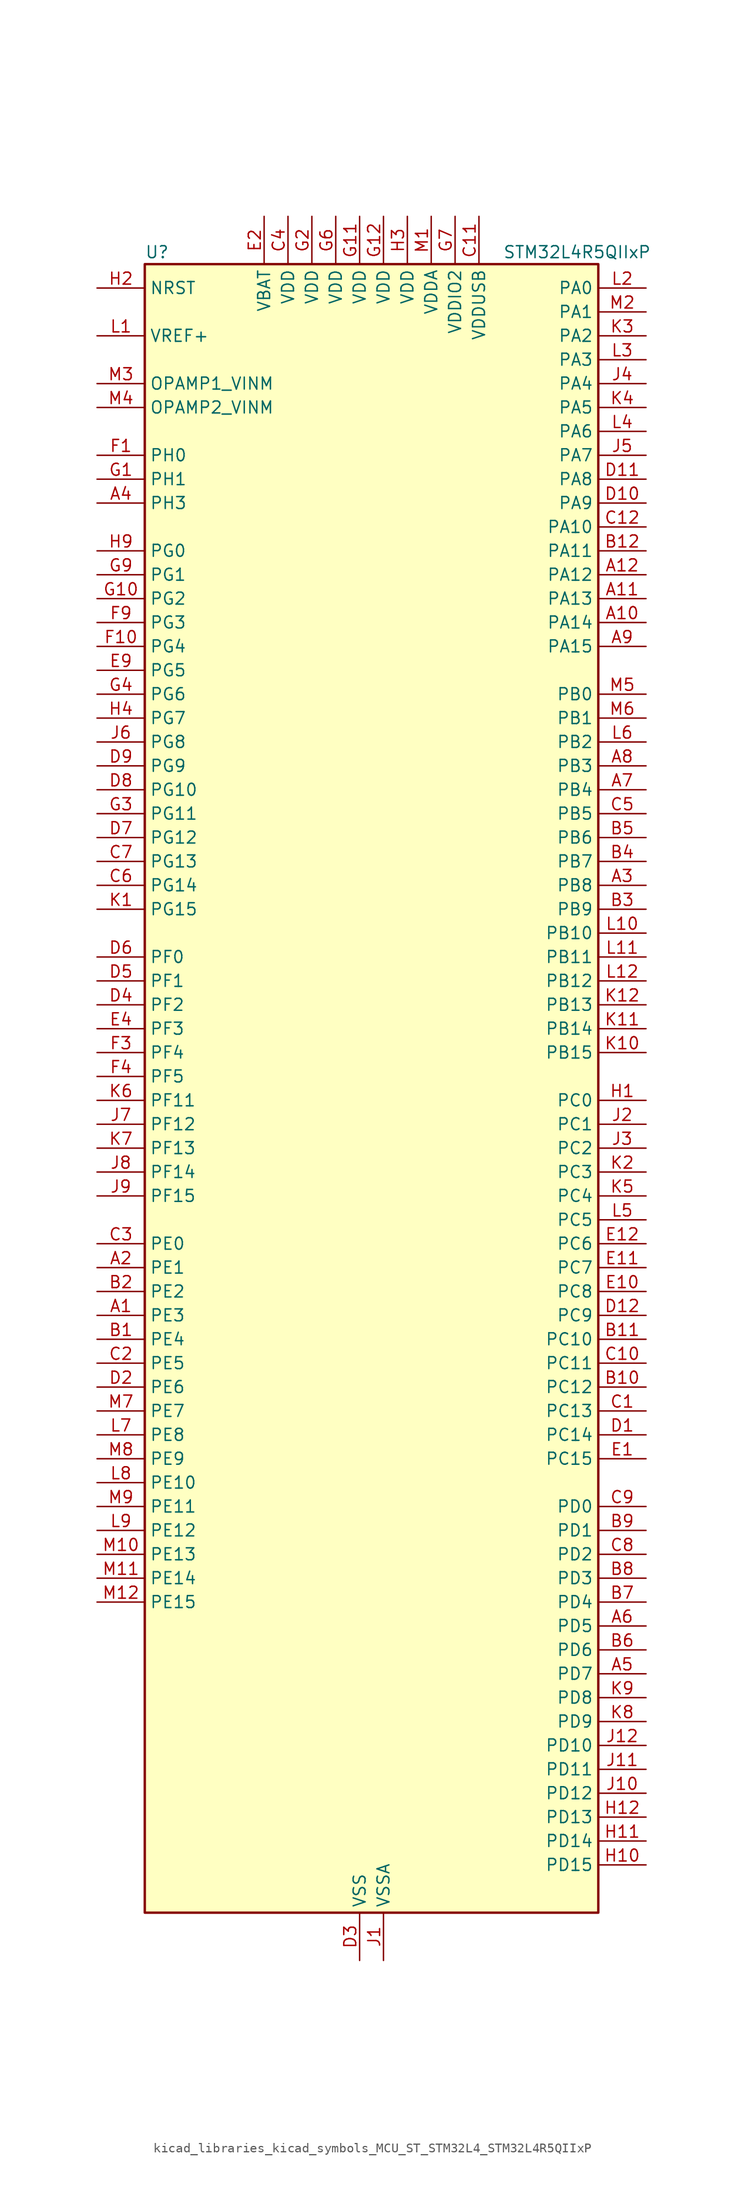
<source format=kicad_sym>
(kicad_symbol_lib
  (version 20220914)
  (generator kicad_symbol_editor)
  (symbol "kicad_libraries_kicad_symbols_MCU_ST_STM32L4_STM32L4R5QIIxP"
    (property "Reference" "U"
      (at -22.86 90.17 0)
      (effects (font (size 1.27 1.27)) (justify left)))
    (property "Value" "STM32L4R5QIIxP"
      (at 15.24 90.17 0)
      (effects (font (size 1.27 1.27)) (justify left)))
    (property "ki_locked" ""
      (at 0 0 0)
      (effects (font (size 1.27 1.27))))
    (symbol "kicad_libraries_kicad_symbols_MCU_ST_STM32L4_STM32L4R5QIIxP_0_1"
      (rectangle (start -22.86 -86.36) (end 25.4 88.9) (stroke (width 0.254) (type default)) (fill (type background))))
    (symbol "kicad_libraries_kicad_symbols_MCU_ST_STM32L4_STM32L4R5QIIxP_1_1"
      (pin bidirectional line (at -27.94 -22.86 0) (length 5.08) (name "PE3" (effects (font (size 1.27 1.27)))) (number "A1" (effects (font (size 1.27 1.27)))) (alternate "FMC_A19" bidirectional line) (alternate "OCTOSPIM_P1_DQS" bidirectional line) (alternate "SAI1_SD_B" bidirectional line) (alternate "SYS_TRACED0" bidirectional line) (alternate "TIM3_CH1" bidirectional line) (alternate "TSC_G7_IO2" bidirectional line))
      (pin bidirectional line (at 30.48 50.8 180) (length 5.08) (name "PA14" (effects (font (size 1.27 1.27)))) (number "A10" (effects (font (size 1.27 1.27)))) (alternate "I2C1_SMBA" bidirectional line) (alternate "I2C4_SMBA" bidirectional line) (alternate "LPTIM1_OUT" bidirectional line) (alternate "SAI1_FS_B" bidirectional line) (alternate "SYS_JTCK-SWCLK" bidirectional line) (alternate "USB_OTG_FS_SOF" bidirectional line))
      (pin bidirectional line (at 30.48 53.34 180) (length 5.08) (name "PA13" (effects (font (size 1.27 1.27)))) (number "A11" (effects (font (size 1.27 1.27)))) (alternate "IR_OUT" bidirectional line) (alternate "SAI1_SD_B" bidirectional line) (alternate "SYS_JTMS-SWDIO" bidirectional line) (alternate "USB_OTG_FS_NOE" bidirectional line))
      (pin bidirectional line (at 30.48 55.88 180) (length 5.08) (name "PA12" (effects (font (size 1.27 1.27)))) (number "A12" (effects (font (size 1.27 1.27)))) (alternate "CAN1_TX" bidirectional line) (alternate "SPI1_MOSI" bidirectional line) (alternate "TIM1_ETR" bidirectional line) (alternate "USART1_DE" bidirectional line) (alternate "USART1_RTS" bidirectional line) (alternate "USB_OTG_FS_DP" bidirectional line))
      (pin bidirectional line (at -27.94 -17.78 0) (length 5.08) (name "PE1" (effects (font (size 1.27 1.27)))) (number "A2" (effects (font (size 1.27 1.27)))) (alternate "DCMI_D3" bidirectional line) (alternate "FMC_NBL1" bidirectional line) (alternate "TIM17_CH1" bidirectional line))
      (pin bidirectional line (at 30.48 22.86 180) (length 5.08) (name "PB8" (effects (font (size 1.27 1.27)))) (number "A3" (effects (font (size 1.27 1.27)))) (alternate "CAN1_RX" bidirectional line) (alternate "DCMI_D6" bidirectional line) (alternate "DFSDM1_CKOUT" bidirectional line) (alternate "DFSDM1_DATIN6" bidirectional line) (alternate "I2C1_SCL" bidirectional line) (alternate "SAI1_CK1" bidirectional line) (alternate "SAI1_MCLK_A" bidirectional line) (alternate "SDMMC1_CKIN" bidirectional line) (alternate "SDMMC1_D4" bidirectional line) (alternate "TIM16_CH1" bidirectional line) (alternate "TIM4_CH3" bidirectional line))
      (pin bidirectional line (at -27.94 63.5 0) (length 5.08) (name "PH3" (effects (font (size 1.27 1.27)))) (number "A4" (effects (font (size 1.27 1.27)))))
      (pin bidirectional line (at 30.48 -60.96 180) (length 5.08) (name "PD7" (effects (font (size 1.27 1.27)))) (number "A5" (effects (font (size 1.27 1.27)))) (alternate "DFSDM1_CKIN1" bidirectional line) (alternate "FMC_NCE" bidirectional line) (alternate "FMC_NE1" bidirectional line) (alternate "OCTOSPIM_P1_IO7" bidirectional line) (alternate "USART2_CK" bidirectional line))
      (pin bidirectional line (at 30.48 -55.88 180) (length 5.08) (name "PD5" (effects (font (size 1.27 1.27)))) (number "A6" (effects (font (size 1.27 1.27)))) (alternate "FMC_NWE" bidirectional line) (alternate "OCTOSPIM_P1_IO5" bidirectional line) (alternate "USART2_TX" bidirectional line))
      (pin bidirectional line (at 30.48 33.02 180) (length 5.08) (name "PB4" (effects (font (size 1.27 1.27)))) (number "A7" (effects (font (size 1.27 1.27)))) (alternate "COMP2_INP" bidirectional line) (alternate "DCMI_D12" bidirectional line) (alternate "I2C3_SDA" bidirectional line) (alternate "SAI1_MCLK_B" bidirectional line) (alternate "SPI1_MISO" bidirectional line) (alternate "SPI3_MISO" bidirectional line) (alternate "SYS_JTRST" bidirectional line) (alternate "TIM17_BKIN" bidirectional line) (alternate "TIM3_CH1" bidirectional line) (alternate "TSC_G2_IO1" bidirectional line) (alternate "UART5_DE" bidirectional line) (alternate "UART5_RTS" bidirectional line) (alternate "USART1_CTS" bidirectional line) (alternate "USART1_NSS" bidirectional line))
      (pin bidirectional line (at 30.48 35.56 180) (length 5.08) (name "PB3" (effects (font (size 1.27 1.27)))) (number "A8" (effects (font (size 1.27 1.27)))) (alternate "COMP2_INM" bidirectional line) (alternate "CRS_SYNC" bidirectional line) (alternate "SAI1_SCK_B" bidirectional line) (alternate "SPI1_SCK" bidirectional line) (alternate "SPI3_SCK" bidirectional line) (alternate "SYS_JTDO-SWO" bidirectional line) (alternate "TIM2_CH2" bidirectional line) (alternate "USART1_DE" bidirectional line) (alternate "USART1_RTS" bidirectional line))
      (pin bidirectional line (at 30.48 48.26 180) (length 5.08) (name "PA15" (effects (font (size 1.27 1.27)))) (number "A9" (effects (font (size 1.27 1.27)))) (alternate "ADC1_EXTI15" bidirectional line) (alternate "SAI2_FS_B" bidirectional line) (alternate "SPI1_NSS" bidirectional line) (alternate "SPI3_NSS" bidirectional line) (alternate "SYS_JTDI" bidirectional line) (alternate "TIM2_CH1" bidirectional line) (alternate "TIM2_ETR" bidirectional line) (alternate "TSC_G3_IO1" bidirectional line) (alternate "UART4_DE" bidirectional line) (alternate "UART4_RTS" bidirectional line) (alternate "USART2_RX" bidirectional line) (alternate "USART3_DE" bidirectional line) (alternate "USART3_RTS" bidirectional line))
      (pin bidirectional line (at -27.94 -25.4 0) (length 5.08) (name "PE4" (effects (font (size 1.27 1.27)))) (number "B1" (effects (font (size 1.27 1.27)))) (alternate "DCMI_D4" bidirectional line) (alternate "DFSDM1_DATIN3" bidirectional line) (alternate "FMC_A20" bidirectional line) (alternate "SAI1_D2" bidirectional line) (alternate "SAI1_FS_A" bidirectional line) (alternate "SYS_TRACED1" bidirectional line) (alternate "TIM3_CH2" bidirectional line) (alternate "TSC_G7_IO3" bidirectional line))
      (pin bidirectional line (at 30.48 -30.48 180) (length 5.08) (name "PC12" (effects (font (size 1.27 1.27)))) (number "B10" (effects (font (size 1.27 1.27)))) (alternate "DCMI_D9" bidirectional line) (alternate "SAI2_SD_B" bidirectional line) (alternate "SDMMC1_CK" bidirectional line) (alternate "SPI3_MOSI" bidirectional line) (alternate "SYS_TRACED3" bidirectional line) (alternate "TSC_G3_IO4" bidirectional line) (alternate "UART5_TX" bidirectional line) (alternate "USART3_CK" bidirectional line))
      (pin bidirectional line (at 30.48 -25.4 180) (length 5.08) (name "PC10" (effects (font (size 1.27 1.27)))) (number "B11" (effects (font (size 1.27 1.27)))) (alternate "DCMI_D8" bidirectional line) (alternate "SAI2_SCK_B" bidirectional line) (alternate "SDMMC1_D2" bidirectional line) (alternate "SPI3_SCK" bidirectional line) (alternate "SYS_TRACED1" bidirectional line) (alternate "TSC_G3_IO2" bidirectional line) (alternate "UART4_TX" bidirectional line) (alternate "USART3_TX" bidirectional line))
      (pin bidirectional line (at 30.48 58.42 180) (length 5.08) (name "PA11" (effects (font (size 1.27 1.27)))) (number "B12" (effects (font (size 1.27 1.27)))) (alternate "ADC1_EXTI11" bidirectional line) (alternate "CAN1_RX" bidirectional line) (alternate "SPI1_MISO" bidirectional line) (alternate "TIM1_BKIN2" bidirectional line) (alternate "TIM1_CH4" bidirectional line) (alternate "USART1_CTS" bidirectional line) (alternate "USART1_NSS" bidirectional line) (alternate "USB_OTG_FS_DM" bidirectional line))
      (pin bidirectional line (at -27.94 -20.32 0) (length 5.08) (name "PE2" (effects (font (size 1.27 1.27)))) (number "B2" (effects (font (size 1.27 1.27)))) (alternate "FMC_A23" bidirectional line) (alternate "SAI1_CK1" bidirectional line) (alternate "SAI1_MCLK_A" bidirectional line) (alternate "SYS_TRACECLK" bidirectional line) (alternate "TIM3_ETR" bidirectional line) (alternate "TSC_G7_IO1" bidirectional line))
      (pin bidirectional line (at 30.48 20.32 180) (length 5.08) (name "PB9" (effects (font (size 1.27 1.27)))) (number "B3" (effects (font (size 1.27 1.27)))) (alternate "CAN1_TX" bidirectional line) (alternate "DAC1_EXTI9" bidirectional line) (alternate "DCMI_D7" bidirectional line) (alternate "DFSDM1_CKIN6" bidirectional line) (alternate "I2C1_SDA" bidirectional line) (alternate "IR_OUT" bidirectional line) (alternate "SAI1_D2" bidirectional line) (alternate "SAI1_FS_A" bidirectional line) (alternate "SDMMC1_CDIR" bidirectional line) (alternate "SDMMC1_D5" bidirectional line) (alternate "SPI2_NSS" bidirectional line) (alternate "TIM17_CH1" bidirectional line) (alternate "TIM4_CH4" bidirectional line))
      (pin bidirectional line (at 30.48 25.4 180) (length 5.08) (name "PB7" (effects (font (size 1.27 1.27)))) (number "B4" (effects (font (size 1.27 1.27)))) (alternate "COMP2_INM" bidirectional line) (alternate "DCMI_VSYNC" bidirectional line) (alternate "DFSDM1_CKIN5" bidirectional line) (alternate "FMC_NL" bidirectional line) (alternate "I2C1_SDA" bidirectional line) (alternate "I2C4_SDA" bidirectional line) (alternate "LPTIM1_IN2" bidirectional line) (alternate "SYS_PVD_IN" bidirectional line) (alternate "TIM17_CH1N" bidirectional line) (alternate "TIM4_CH2" bidirectional line) (alternate "TIM8_BKIN" bidirectional line) (alternate "TSC_G2_IO4" bidirectional line) (alternate "UART4_CTS" bidirectional line) (alternate "USART1_RX" bidirectional line))
      (pin bidirectional line (at 30.48 27.94 180) (length 5.08) (name "PB6" (effects (font (size 1.27 1.27)))) (number "B5" (effects (font (size 1.27 1.27)))) (alternate "COMP2_INP" bidirectional line) (alternate "DCMI_D5" bidirectional line) (alternate "DFSDM1_DATIN5" bidirectional line) (alternate "I2C1_SCL" bidirectional line) (alternate "I2C4_SCL" bidirectional line) (alternate "LPTIM1_ETR" bidirectional line) (alternate "SAI1_FS_B" bidirectional line) (alternate "TIM16_CH1N" bidirectional line) (alternate "TIM4_CH1" bidirectional line) (alternate "TIM8_BKIN2" bidirectional line) (alternate "TSC_G2_IO3" bidirectional line) (alternate "USART1_TX" bidirectional line))
      (pin bidirectional line (at 30.48 -58.42 180) (length 5.08) (name "PD6" (effects (font (size 1.27 1.27)))) (number "B6" (effects (font (size 1.27 1.27)))) (alternate "DCMI_D10" bidirectional line) (alternate "DFSDM1_DATIN1" bidirectional line) (alternate "FMC_NWAIT" bidirectional line) (alternate "OCTOSPIM_P1_IO6" bidirectional line) (alternate "SAI1_D1" bidirectional line) (alternate "SAI1_SD_A" bidirectional line) (alternate "SPI3_MOSI" bidirectional line) (alternate "USART2_RX" bidirectional line))
      (pin bidirectional line (at 30.48 -53.34 180) (length 5.08) (name "PD4" (effects (font (size 1.27 1.27)))) (number "B7" (effects (font (size 1.27 1.27)))) (alternate "DFSDM1_CKIN0" bidirectional line) (alternate "FMC_NOE" bidirectional line) (alternate "OCTOSPIM_P1_IO4" bidirectional line) (alternate "SPI2_MOSI" bidirectional line) (alternate "USART2_DE" bidirectional line) (alternate "USART2_RTS" bidirectional line))
      (pin bidirectional line (at 30.48 -50.8 180) (length 5.08) (name "PD3" (effects (font (size 1.27 1.27)))) (number "B8" (effects (font (size 1.27 1.27)))) (alternate "DCMI_D5" bidirectional line) (alternate "DFSDM1_DATIN0" bidirectional line) (alternate "FMC_CLK" bidirectional line) (alternate "OCTOSPIM_P2_NCS" bidirectional line) (alternate "SPI2_MISO" bidirectional line) (alternate "SPI2_SCK" bidirectional line) (alternate "USART2_CTS" bidirectional line) (alternate "USART2_NSS" bidirectional line))
      (pin bidirectional line (at 30.48 -45.72 180) (length 5.08) (name "PD1" (effects (font (size 1.27 1.27)))) (number "B9" (effects (font (size 1.27 1.27)))) (alternate "CAN1_TX" bidirectional line) (alternate "DFSDM1_CKIN7" bidirectional line) (alternate "FMC_D3" bidirectional line) (alternate "FMC_DA3" bidirectional line) (alternate "SPI2_SCK" bidirectional line))
      (pin bidirectional line (at 30.48 -33.02 180) (length 5.08) (name "PC13" (effects (font (size 1.27 1.27)))) (number "C1" (effects (font (size 1.27 1.27)))) (alternate "RTC_OUT_ALARM" bidirectional line) (alternate "RTC_OUT_CALIB" bidirectional line) (alternate "RTC_TAMP1" bidirectional line) (alternate "RTC_TS" bidirectional line) (alternate "SYS_WKUP2" bidirectional line))
      (pin bidirectional line (at 30.48 -27.94 180) (length 5.08) (name "PC11" (effects (font (size 1.27 1.27)))) (number "C10" (effects (font (size 1.27 1.27)))) (alternate "ADC1_EXTI11" bidirectional line) (alternate "DCMI_D2" bidirectional line) (alternate "DCMI_D4" bidirectional line) (alternate "OCTOSPIM_P1_NCS" bidirectional line) (alternate "SAI2_MCLK_B" bidirectional line) (alternate "SDMMC1_D3" bidirectional line) (alternate "SPI3_MISO" bidirectional line) (alternate "TSC_G3_IO3" bidirectional line) (alternate "UART4_RX" bidirectional line) (alternate "USART3_RX" bidirectional line))
      (pin power_in line (at 12.7 93.98 270) (length 5.08) (name "VDDUSB" (effects (font (size 1.27 1.27)))) (number "C11" (effects (font (size 1.27 1.27)))))
      (pin bidirectional line (at 30.48 60.96 180) (length 5.08) (name "PA10" (effects (font (size 1.27 1.27)))) (number "C12" (effects (font (size 1.27 1.27)))) (alternate "DCMI_D1" bidirectional line) (alternate "SAI1_D1" bidirectional line) (alternate "SAI1_SD_A" bidirectional line) (alternate "TIM17_BKIN" bidirectional line) (alternate "TIM1_CH3" bidirectional line) (alternate "USART1_RX" bidirectional line) (alternate "USB_OTG_FS_ID" bidirectional line))
      (pin bidirectional line (at -27.94 -27.94 0) (length 5.08) (name "PE5" (effects (font (size 1.27 1.27)))) (number "C2" (effects (font (size 1.27 1.27)))) (alternate "DCMI_D6" bidirectional line) (alternate "DFSDM1_CKIN3" bidirectional line) (alternate "FMC_A21" bidirectional line) (alternate "SAI1_CK2" bidirectional line) (alternate "SAI1_SCK_A" bidirectional line) (alternate "SYS_TRACED2" bidirectional line) (alternate "TIM3_CH3" bidirectional line) (alternate "TSC_G7_IO4" bidirectional line))
      (pin bidirectional line (at -27.94 -15.24 0) (length 5.08) (name "PE0" (effects (font (size 1.27 1.27)))) (number "C3" (effects (font (size 1.27 1.27)))) (alternate "DCMI_D2" bidirectional line) (alternate "FMC_NBL0" bidirectional line) (alternate "TIM16_CH1" bidirectional line) (alternate "TIM4_ETR" bidirectional line))
      (pin power_in line (at -7.62 93.98 270) (length 5.08) (name "VDD" (effects (font (size 1.27 1.27)))) (number "C4" (effects (font (size 1.27 1.27)))))
      (pin bidirectional line (at 30.48 30.48 180) (length 5.08) (name "PB5" (effects (font (size 1.27 1.27)))) (number "C5" (effects (font (size 1.27 1.27)))) (alternate "COMP2_OUT" bidirectional line) (alternate "DCMI_D10" bidirectional line) (alternate "I2C1_SMBA" bidirectional line) (alternate "LPTIM1_IN1" bidirectional line) (alternate "SAI1_SD_B" bidirectional line) (alternate "SPI1_MOSI" bidirectional line) (alternate "SPI3_MOSI" bidirectional line) (alternate "TIM16_BKIN" bidirectional line) (alternate "TIM3_CH2" bidirectional line) (alternate "TSC_G2_IO2" bidirectional line) (alternate "UART5_CTS" bidirectional line) (alternate "USART1_CK" bidirectional line))
      (pin bidirectional line (at -27.94 22.86 0) (length 5.08) (name "PG14" (effects (font (size 1.27 1.27)))) (number "C6" (effects (font (size 1.27 1.27)))) (alternate "FMC_A25" bidirectional line) (alternate "I2C1_SCL" bidirectional line))
      (pin bidirectional line (at -27.94 25.4 0) (length 5.08) (name "PG13" (effects (font (size 1.27 1.27)))) (number "C7" (effects (font (size 1.27 1.27)))) (alternate "FMC_A24" bidirectional line) (alternate "I2C1_SDA" bidirectional line) (alternate "USART1_CK" bidirectional line))
      (pin bidirectional line (at 30.48 -48.26 180) (length 5.08) (name "PD2" (effects (font (size 1.27 1.27)))) (number "C8" (effects (font (size 1.27 1.27)))) (alternate "DCMI_D11" bidirectional line) (alternate "SDMMC1_CMD" bidirectional line) (alternate "SYS_TRACED2" bidirectional line) (alternate "TIM3_ETR" bidirectional line) (alternate "TSC_SYNC" bidirectional line) (alternate "UART5_RX" bidirectional line) (alternate "USART3_DE" bidirectional line) (alternate "USART3_RTS" bidirectional line))
      (pin bidirectional line (at 30.48 -43.18 180) (length 5.08) (name "PD0" (effects (font (size 1.27 1.27)))) (number "C9" (effects (font (size 1.27 1.27)))) (alternate "CAN1_RX" bidirectional line) (alternate "DFSDM1_DATIN7" bidirectional line) (alternate "FMC_D2" bidirectional line) (alternate "FMC_DA2" bidirectional line) (alternate "SPI2_NSS" bidirectional line))
      (pin bidirectional line (at 30.48 -35.56 180) (length 5.08) (name "PC14" (effects (font (size 1.27 1.27)))) (number "D1" (effects (font (size 1.27 1.27)))) (alternate "RCC_OSC32_IN" bidirectional line))
      (pin bidirectional line (at 30.48 63.5 180) (length 5.08) (name "PA9" (effects (font (size 1.27 1.27)))) (number "D10" (effects (font (size 1.27 1.27)))) (alternate "DAC1_EXTI9" bidirectional line) (alternate "DCMI_D0" bidirectional line) (alternate "SAI1_FS_A" bidirectional line) (alternate "SPI2_SCK" bidirectional line) (alternate "TIM15_BKIN" bidirectional line) (alternate "TIM1_CH2" bidirectional line) (alternate "USART1_TX" bidirectional line) (alternate "USB_OTG_FS_VBUS" bidirectional line))
      (pin bidirectional line (at 30.48 66.04 180) (length 5.08) (name "PA8" (effects (font (size 1.27 1.27)))) (number "D11" (effects (font (size 1.27 1.27)))) (alternate "LPTIM2_OUT" bidirectional line) (alternate "RCC_MCO" bidirectional line) (alternate "SAI1_CK2" bidirectional line) (alternate "SAI1_SCK_A" bidirectional line) (alternate "TIM1_CH1" bidirectional line) (alternate "USART1_CK" bidirectional line) (alternate "USB_OTG_FS_SOF" bidirectional line))
      (pin bidirectional line (at 30.48 -22.86 180) (length 5.08) (name "PC9" (effects (font (size 1.27 1.27)))) (number "D12" (effects (font (size 1.27 1.27)))) (alternate "DAC1_EXTI9" bidirectional line) (alternate "DCMI_D3" bidirectional line) (alternate "I2C3_SDA" bidirectional line) (alternate "SAI2_EXTCLK" bidirectional line) (alternate "SDMMC1_D1" bidirectional line) (alternate "SYS_TRACED0" bidirectional line) (alternate "TIM3_CH4" bidirectional line) (alternate "TIM8_BKIN2" bidirectional line) (alternate "TIM8_CH4" bidirectional line) (alternate "TSC_G4_IO4" bidirectional line) (alternate "USB_OTG_FS_NOE" bidirectional line))
      (pin bidirectional line (at -27.94 -30.48 0) (length 5.08) (name "PE6" (effects (font (size 1.27 1.27)))) (number "D2" (effects (font (size 1.27 1.27)))) (alternate "DCMI_D7" bidirectional line) (alternate "FMC_A22" bidirectional line) (alternate "RTC_TAMP3" bidirectional line) (alternate "SAI1_D1" bidirectional line) (alternate "SAI1_SD_A" bidirectional line) (alternate "SYS_TRACED3" bidirectional line) (alternate "SYS_WKUP3" bidirectional line) (alternate "TIM3_CH4" bidirectional line))
      (pin power_in line (at 0 -91.44 90) (length 5.08) (name "VSS" (effects (font (size 1.27 1.27)))) (number "D3" (effects (font (size 1.27 1.27)))))
      (pin bidirectional line (at -27.94 10.16 0) (length 5.08) (name "PF2" (effects (font (size 1.27 1.27)))) (number "D4" (effects (font (size 1.27 1.27)))) (alternate "FMC_A2" bidirectional line) (alternate "I2C2_SMBA" bidirectional line) (alternate "OCTOSPIM_P2_IO2" bidirectional line))
      (pin bidirectional line (at -27.94 12.7 0) (length 5.08) (name "PF1" (effects (font (size 1.27 1.27)))) (number "D5" (effects (font (size 1.27 1.27)))) (alternate "FMC_A1" bidirectional line) (alternate "I2C2_SCL" bidirectional line) (alternate "OCTOSPIM_P2_IO1" bidirectional line))
      (pin bidirectional line (at -27.94 15.24 0) (length 5.08) (name "PF0" (effects (font (size 1.27 1.27)))) (number "D6" (effects (font (size 1.27 1.27)))) (alternate "FMC_A0" bidirectional line) (alternate "I2C2_SDA" bidirectional line) (alternate "OCTOSPIM_P2_IO0" bidirectional line))
      (pin bidirectional line (at -27.94 27.94 0) (length 5.08) (name "PG12" (effects (font (size 1.27 1.27)))) (number "D7" (effects (font (size 1.27 1.27)))) (alternate "FMC_NE4" bidirectional line) (alternate "LPTIM1_ETR" bidirectional line) (alternate "OCTOSPIM_P2_NCS" bidirectional line) (alternate "SAI2_SD_A" bidirectional line) (alternate "SPI3_NSS" bidirectional line) (alternate "USART1_DE" bidirectional line) (alternate "USART1_RTS" bidirectional line))
      (pin bidirectional line (at -27.94 33.02 0) (length 5.08) (name "PG10" (effects (font (size 1.27 1.27)))) (number "D8" (effects (font (size 1.27 1.27)))) (alternate "FMC_NE3" bidirectional line) (alternate "LPTIM1_IN1" bidirectional line) (alternate "OCTOSPIM_P2_IO7" bidirectional line) (alternate "SAI2_FS_A" bidirectional line) (alternate "SPI3_MISO" bidirectional line) (alternate "TIM15_CH1" bidirectional line) (alternate "USART1_RX" bidirectional line))
      (pin bidirectional line (at -27.94 35.56 0) (length 5.08) (name "PG9" (effects (font (size 1.27 1.27)))) (number "D9" (effects (font (size 1.27 1.27)))) (alternate "DAC1_EXTI9" bidirectional line) (alternate "FMC_NCE" bidirectional line) (alternate "FMC_NE2" bidirectional line) (alternate "OCTOSPIM_P2_IO6" bidirectional line) (alternate "SAI2_SCK_A" bidirectional line) (alternate "SPI3_SCK" bidirectional line) (alternate "TIM15_CH1N" bidirectional line) (alternate "USART1_TX" bidirectional line))
      (pin bidirectional line (at 30.48 -38.1 180) (length 5.08) (name "PC15" (effects (font (size 1.27 1.27)))) (number "E1" (effects (font (size 1.27 1.27)))) (alternate "ADC1_EXTI15" bidirectional line) (alternate "RCC_OSC32_OUT" bidirectional line))
      (pin bidirectional line (at 30.48 -20.32 180) (length 5.08) (name "PC8" (effects (font (size 1.27 1.27)))) (number "E10" (effects (font (size 1.27 1.27)))) (alternate "DCMI_D2" bidirectional line) (alternate "SDMMC1_D0" bidirectional line) (alternate "TIM3_CH3" bidirectional line) (alternate "TIM8_CH3" bidirectional line) (alternate "TSC_G4_IO3" bidirectional line))
      (pin bidirectional line (at 30.48 -17.78 180) (length 5.08) (name "PC7" (effects (font (size 1.27 1.27)))) (number "E11" (effects (font (size 1.27 1.27)))) (alternate "DCMI_D1" bidirectional line) (alternate "DFSDM1_DATIN3" bidirectional line) (alternate "SAI2_MCLK_B" bidirectional line) (alternate "SDMMC1_D123DIR" bidirectional line) (alternate "SDMMC1_D7" bidirectional line) (alternate "TIM3_CH2" bidirectional line) (alternate "TIM8_CH2" bidirectional line) (alternate "TSC_G4_IO2" bidirectional line))
      (pin bidirectional line (at 30.48 -15.24 180) (length 5.08) (name "PC6" (effects (font (size 1.27 1.27)))) (number "E12" (effects (font (size 1.27 1.27)))) (alternate "DCMI_D0" bidirectional line) (alternate "DFSDM1_CKIN3" bidirectional line) (alternate "SAI2_MCLK_A" bidirectional line) (alternate "SDMMC1_D0DIR" bidirectional line) (alternate "SDMMC1_D6" bidirectional line) (alternate "TIM3_CH1" bidirectional line) (alternate "TIM8_CH1" bidirectional line) (alternate "TSC_G4_IO1" bidirectional line))
      (pin power_in line (at -10.16 93.98 270) (length 5.08) (name "VBAT" (effects (font (size 1.27 1.27)))) (number "E2" (effects (font (size 1.27 1.27)))))
      (pin passive line (at 0 -91.44 90) (length 5.08) hide (name "VSS" (effects (font (size 1.27 1.27)))) (number "E3" (effects (font (size 1.27 1.27)))))
      (pin bidirectional line (at -27.94 7.62 0) (length 5.08) (name "PF3" (effects (font (size 1.27 1.27)))) (number "E4" (effects (font (size 1.27 1.27)))) (alternate "FMC_A3" bidirectional line) (alternate "OCTOSPIM_P2_IO3" bidirectional line))
      (pin bidirectional line (at -27.94 45.72 0) (length 5.08) (name "PG5" (effects (font (size 1.27 1.27)))) (number "E9" (effects (font (size 1.27 1.27)))) (alternate "FMC_A15" bidirectional line) (alternate "LPUART1_CTS" bidirectional line) (alternate "SAI2_SD_B" bidirectional line) (alternate "SPI1_NSS" bidirectional line))
      (pin bidirectional line (at -27.94 68.58 0) (length 5.08) (name "PH0" (effects (font (size 1.27 1.27)))) (number "F1" (effects (font (size 1.27 1.27)))) (alternate "RCC_OSC_IN" bidirectional line))
      (pin bidirectional line (at -27.94 48.26 0) (length 5.08) (name "PG4" (effects (font (size 1.27 1.27)))) (number "F10" (effects (font (size 1.27 1.27)))) (alternate "FMC_A14" bidirectional line) (alternate "SAI2_MCLK_B" bidirectional line) (alternate "SPI1_MOSI" bidirectional line))
      (pin passive line (at 0 -91.44 90) (length 5.08) hide (name "VSS" (effects (font (size 1.27 1.27)))) (number "F11" (effects (font (size 1.27 1.27)))))
      (pin passive line (at 0 -91.44 90) (length 5.08) hide (name "VSS" (effects (font (size 1.27 1.27)))) (number "F12" (effects (font (size 1.27 1.27)))))
      (pin passive line (at 0 -91.44 90) (length 5.08) hide (name "VSS" (effects (font (size 1.27 1.27)))) (number "F2" (effects (font (size 1.27 1.27)))))
      (pin bidirectional line (at -27.94 5.08 0) (length 5.08) (name "PF4" (effects (font (size 1.27 1.27)))) (number "F3" (effects (font (size 1.27 1.27)))) (alternate "FMC_A4" bidirectional line) (alternate "OCTOSPIM_P2_CLK" bidirectional line))
      (pin bidirectional line (at -27.94 2.54 0) (length 5.08) (name "PF5" (effects (font (size 1.27 1.27)))) (number "F4" (effects (font (size 1.27 1.27)))) (alternate "FMC_A5" bidirectional line))
      (pin passive line (at 0 -91.44 90) (length 5.08) hide (name "VSS" (effects (font (size 1.27 1.27)))) (number "F6" (effects (font (size 1.27 1.27)))))
      (pin passive line (at 0 -91.44 90) (length 5.08) hide (name "VSS" (effects (font (size 1.27 1.27)))) (number "F7" (effects (font (size 1.27 1.27)))))
      (pin bidirectional line (at -27.94 50.8 0) (length 5.08) (name "PG3" (effects (font (size 1.27 1.27)))) (number "F9" (effects (font (size 1.27 1.27)))) (alternate "FMC_A13" bidirectional line) (alternate "SAI2_FS_B" bidirectional line) (alternate "SPI1_MISO" bidirectional line))
      (pin bidirectional line (at -27.94 66.04 0) (length 5.08) (name "PH1" (effects (font (size 1.27 1.27)))) (number "G1" (effects (font (size 1.27 1.27)))) (alternate "RCC_OSC_OUT" bidirectional line))
      (pin bidirectional line (at -27.94 53.34 0) (length 5.08) (name "PG2" (effects (font (size 1.27 1.27)))) (number "G10" (effects (font (size 1.27 1.27)))) (alternate "FMC_A12" bidirectional line) (alternate "SAI2_SCK_B" bidirectional line) (alternate "SPI1_SCK" bidirectional line))
      (pin power_in line (at 0 93.98 270) (length 5.08) (name "VDD" (effects (font (size 1.27 1.27)))) (number "G11" (effects (font (size 1.27 1.27)))))
      (pin power_in line (at 2.54 93.98 270) (length 5.08) (name "VDD" (effects (font (size 1.27 1.27)))) (number "G12" (effects (font (size 1.27 1.27)))))
      (pin power_in line (at -5.08 93.98 270) (length 5.08) (name "VDD" (effects (font (size 1.27 1.27)))) (number "G2" (effects (font (size 1.27 1.27)))))
      (pin bidirectional line (at -27.94 30.48 0) (length 5.08) (name "PG11" (effects (font (size 1.27 1.27)))) (number "G3" (effects (font (size 1.27 1.27)))) (alternate "ADC1_EXTI11" bidirectional line) (alternate "LPTIM1_IN2" bidirectional line) (alternate "OCTOSPIM_P1_IO5" bidirectional line) (alternate "SAI2_MCLK_A" bidirectional line) (alternate "SPI3_MOSI" bidirectional line) (alternate "TIM15_CH2" bidirectional line) (alternate "USART1_CTS" bidirectional line) (alternate "USART1_NSS" bidirectional line))
      (pin bidirectional line (at -27.94 43.18 0) (length 5.08) (name "PG6" (effects (font (size 1.27 1.27)))) (number "G4" (effects (font (size 1.27 1.27)))) (alternate "I2C3_SMBA" bidirectional line) (alternate "LPUART1_DE" bidirectional line) (alternate "LPUART1_RTS" bidirectional line) (alternate "OCTOSPIM_P1_DQS" bidirectional line))
      (pin power_in line (at -2.54 93.98 270) (length 5.08) (name "VDD" (effects (font (size 1.27 1.27)))) (number "G6" (effects (font (size 1.27 1.27)))))
      (pin power_in line (at 10.16 93.98 270) (length 5.08) (name "VDDIO2" (effects (font (size 1.27 1.27)))) (number "G7" (effects (font (size 1.27 1.27)))))
      (pin bidirectional line (at -27.94 55.88 0) (length 5.08) (name "PG1" (effects (font (size 1.27 1.27)))) (number "G9" (effects (font (size 1.27 1.27)))) (alternate "FMC_A11" bidirectional line) (alternate "OCTOSPIM_P2_IO5" bidirectional line) (alternate "TSC_G8_IO4" bidirectional line))
      (pin bidirectional line (at 30.48 0 180) (length 5.08) (name "PC0" (effects (font (size 1.27 1.27)))) (number "H1" (effects (font (size 1.27 1.27)))) (alternate "ADC1_IN1" bidirectional line) (alternate "DFSDM1_DATIN4" bidirectional line) (alternate "I2C3_SCL" bidirectional line) (alternate "LPTIM1_IN1" bidirectional line) (alternate "LPTIM2_IN1" bidirectional line) (alternate "LPUART1_RX" bidirectional line) (alternate "SAI2_FS_A" bidirectional line))
      (pin bidirectional line (at 30.48 -81.28 180) (length 5.08) (name "PD15" (effects (font (size 1.27 1.27)))) (number "H10" (effects (font (size 1.27 1.27)))) (alternate "ADC1_EXTI15" bidirectional line) (alternate "FMC_D1" bidirectional line) (alternate "FMC_DA1" bidirectional line) (alternate "TIM4_CH4" bidirectional line))
      (pin bidirectional line (at 30.48 -78.74 180) (length 5.08) (name "PD14" (effects (font (size 1.27 1.27)))) (number "H11" (effects (font (size 1.27 1.27)))) (alternate "FMC_D0" bidirectional line) (alternate "FMC_DA0" bidirectional line) (alternate "TIM4_CH3" bidirectional line))
      (pin bidirectional line (at 30.48 -76.2 180) (length 5.08) (name "PD13" (effects (font (size 1.27 1.27)))) (number "H12" (effects (font (size 1.27 1.27)))) (alternate "FMC_A18" bidirectional line) (alternate "I2C4_SDA" bidirectional line) (alternate "LPTIM2_OUT" bidirectional line) (alternate "TIM4_CH2" bidirectional line) (alternate "TSC_G6_IO4" bidirectional line))
      (pin input line (at -27.94 86.36 0) (length 5.08) (name "NRST" (effects (font (size 1.27 1.27)))) (number "H2" (effects (font (size 1.27 1.27)))))
      (pin power_in line (at 5.08 93.98 270) (length 5.08) (name "VDD" (effects (font (size 1.27 1.27)))) (number "H3" (effects (font (size 1.27 1.27)))))
      (pin bidirectional line (at -27.94 40.64 0) (length 5.08) (name "PG7" (effects (font (size 1.27 1.27)))) (number "H4" (effects (font (size 1.27 1.27)))) (alternate "DFSDM1_CKOUT" bidirectional line) (alternate "FMC_INT" bidirectional line) (alternate "I2C3_SCL" bidirectional line) (alternate "LPUART1_TX" bidirectional line) (alternate "OCTOSPIM_P2_DQS" bidirectional line) (alternate "SAI1_CK1" bidirectional line) (alternate "SAI1_MCLK_A" bidirectional line))
      (pin bidirectional line (at -27.94 58.42 0) (length 5.08) (name "PG0" (effects (font (size 1.27 1.27)))) (number "H9" (effects (font (size 1.27 1.27)))) (alternate "FMC_A10" bidirectional line) (alternate "OCTOSPIM_P2_IO4" bidirectional line) (alternate "TSC_G8_IO3" bidirectional line))
      (pin power_in line (at 2.54 -91.44 90) (length 5.08) (name "VSSA" (effects (font (size 1.27 1.27)))) (number "J1" (effects (font (size 1.27 1.27)))))
      (pin bidirectional line (at 30.48 -73.66 180) (length 5.08) (name "PD12" (effects (font (size 1.27 1.27)))) (number "J10" (effects (font (size 1.27 1.27)))) (alternate "FMC_A17" bidirectional line) (alternate "FMC_ALE" bidirectional line) (alternate "I2C4_SCL" bidirectional line) (alternate "LPTIM2_IN1" bidirectional line) (alternate "SAI2_FS_A" bidirectional line) (alternate "TIM4_CH1" bidirectional line) (alternate "TSC_G6_IO3" bidirectional line) (alternate "USART3_DE" bidirectional line) (alternate "USART3_RTS" bidirectional line))
      (pin bidirectional line (at 30.48 -71.12 180) (length 5.08) (name "PD11" (effects (font (size 1.27 1.27)))) (number "J11" (effects (font (size 1.27 1.27)))) (alternate "ADC1_EXTI11" bidirectional line) (alternate "FMC_A16" bidirectional line) (alternate "FMC_CLE" bidirectional line) (alternate "I2C4_SMBA" bidirectional line) (alternate "LPTIM2_ETR" bidirectional line) (alternate "SAI2_SD_A" bidirectional line) (alternate "TSC_G6_IO2" bidirectional line) (alternate "USART3_CTS" bidirectional line) (alternate "USART3_NSS" bidirectional line))
      (pin bidirectional line (at 30.48 -68.58 180) (length 5.08) (name "PD10" (effects (font (size 1.27 1.27)))) (number "J12" (effects (font (size 1.27 1.27)))) (alternate "FMC_D15" bidirectional line) (alternate "FMC_DA15" bidirectional line) (alternate "SAI2_SCK_A" bidirectional line) (alternate "TSC_G6_IO1" bidirectional line) (alternate "USART3_CK" bidirectional line))
      (pin bidirectional line (at 30.48 -2.54 180) (length 5.08) (name "PC1" (effects (font (size 1.27 1.27)))) (number "J2" (effects (font (size 1.27 1.27)))) (alternate "ADC1_IN2" bidirectional line) (alternate "DFSDM1_CKIN4" bidirectional line) (alternate "I2C3_SDA" bidirectional line) (alternate "LPTIM1_OUT" bidirectional line) (alternate "LPUART1_TX" bidirectional line) (alternate "OCTOSPIM_P1_IO4" bidirectional line) (alternate "SAI1_SD_A" bidirectional line) (alternate "SPI2_MOSI" bidirectional line) (alternate "SYS_TRACED0" bidirectional line))
      (pin bidirectional line (at 30.48 -5.08 180) (length 5.08) (name "PC2" (effects (font (size 1.27 1.27)))) (number "J3" (effects (font (size 1.27 1.27)))) (alternate "ADC1_IN3" bidirectional line) (alternate "DFSDM1_CKOUT" bidirectional line) (alternate "LPTIM1_IN2" bidirectional line) (alternate "OCTOSPIM_P1_IO5" bidirectional line) (alternate "SPI2_MISO" bidirectional line))
      (pin bidirectional line (at 30.48 76.2 180) (length 5.08) (name "PA4" (effects (font (size 1.27 1.27)))) (number "J4" (effects (font (size 1.27 1.27)))) (alternate "ADC1_IN9" bidirectional line) (alternate "DAC1_OUT1" bidirectional line) (alternate "DCMI_HSYNC" bidirectional line) (alternate "LPTIM2_OUT" bidirectional line) (alternate "OCTOSPIM_P1_NCS" bidirectional line) (alternate "SAI1_FS_B" bidirectional line) (alternate "SPI1_NSS" bidirectional line) (alternate "SPI3_NSS" bidirectional line) (alternate "USART2_CK" bidirectional line))
      (pin bidirectional line (at 30.48 68.58 180) (length 5.08) (name "PA7" (effects (font (size 1.27 1.27)))) (number "J5" (effects (font (size 1.27 1.27)))) (alternate "ADC1_IN12" bidirectional line) (alternate "I2C3_SCL" bidirectional line) (alternate "OCTOSPIM_P1_IO2" bidirectional line) (alternate "OPAMP2_VINM" bidirectional line) (alternate "SPI1_MOSI" bidirectional line) (alternate "TIM17_CH1" bidirectional line) (alternate "TIM1_CH1N" bidirectional line) (alternate "TIM3_CH2" bidirectional line) (alternate "TIM8_CH1N" bidirectional line))
      (pin bidirectional line (at -27.94 38.1 0) (length 5.08) (name "PG8" (effects (font (size 1.27 1.27)))) (number "J6" (effects (font (size 1.27 1.27)))) (alternate "I2C3_SDA" bidirectional line) (alternate "LPUART1_RX" bidirectional line))
      (pin bidirectional line (at -27.94 -2.54 0) (length 5.08) (name "PF12" (effects (font (size 1.27 1.27)))) (number "J7" (effects (font (size 1.27 1.27)))) (alternate "FMC_A6" bidirectional line) (alternate "OCTOSPIM_P2_DQS" bidirectional line))
      (pin bidirectional line (at -27.94 -7.62 0) (length 5.08) (name "PF14" (effects (font (size 1.27 1.27)))) (number "J8" (effects (font (size 1.27 1.27)))) (alternate "DFSDM1_CKIN6" bidirectional line) (alternate "FMC_A8" bidirectional line) (alternate "I2C4_SCL" bidirectional line) (alternate "TSC_G8_IO1" bidirectional line))
      (pin bidirectional line (at -27.94 -10.16 0) (length 5.08) (name "PF15" (effects (font (size 1.27 1.27)))) (number "J9" (effects (font (size 1.27 1.27)))) (alternate "ADC1_EXTI15" bidirectional line) (alternate "FMC_A9" bidirectional line) (alternate "I2C4_SDA" bidirectional line) (alternate "TSC_G8_IO2" bidirectional line))
      (pin bidirectional line (at -27.94 20.32 0) (length 5.08) (name "PG15" (effects (font (size 1.27 1.27)))) (number "K1" (effects (font (size 1.27 1.27)))) (alternate "ADC1_EXTI15" bidirectional line) (alternate "DCMI_D13" bidirectional line) (alternate "I2C1_SMBA" bidirectional line) (alternate "LPTIM1_OUT" bidirectional line) (alternate "OCTOSPIM_P2_DQS" bidirectional line))
      (pin bidirectional line (at 30.48 5.08 180) (length 5.08) (name "PB15" (effects (font (size 1.27 1.27)))) (number "K10" (effects (font (size 1.27 1.27)))) (alternate "ADC1_EXTI15" bidirectional line) (alternate "DFSDM1_CKIN2" bidirectional line) (alternate "RTC_REFIN" bidirectional line) (alternate "SAI2_SD_A" bidirectional line) (alternate "SPI2_MOSI" bidirectional line) (alternate "TIM15_CH2" bidirectional line) (alternate "TIM1_CH3N" bidirectional line) (alternate "TIM8_CH3N" bidirectional line) (alternate "TSC_G1_IO4" bidirectional line))
      (pin bidirectional line (at 30.48 7.62 180) (length 5.08) (name "PB14" (effects (font (size 1.27 1.27)))) (number "K11" (effects (font (size 1.27 1.27)))) (alternate "DFSDM1_DATIN2" bidirectional line) (alternate "I2C2_SDA" bidirectional line) (alternate "SAI2_MCLK_A" bidirectional line) (alternate "SPI2_MISO" bidirectional line) (alternate "TIM15_CH1" bidirectional line) (alternate "TIM1_CH2N" bidirectional line) (alternate "TIM8_CH2N" bidirectional line) (alternate "TSC_G1_IO3" bidirectional line) (alternate "USART3_DE" bidirectional line) (alternate "USART3_RTS" bidirectional line))
      (pin bidirectional line (at 30.48 10.16 180) (length 5.08) (name "PB13" (effects (font (size 1.27 1.27)))) (number "K12" (effects (font (size 1.27 1.27)))) (alternate "DFSDM1_CKIN1" bidirectional line) (alternate "I2C2_SCL" bidirectional line) (alternate "LPUART1_CTS" bidirectional line) (alternate "SAI2_SCK_A" bidirectional line) (alternate "SPI2_SCK" bidirectional line) (alternate "TIM15_CH1N" bidirectional line) (alternate "TIM1_CH1N" bidirectional line) (alternate "TSC_G1_IO2" bidirectional line) (alternate "USART3_CTS" bidirectional line) (alternate "USART3_NSS" bidirectional line))
      (pin bidirectional line (at 30.48 -7.62 180) (length 5.08) (name "PC3" (effects (font (size 1.27 1.27)))) (number "K2" (effects (font (size 1.27 1.27)))) (alternate "ADC1_IN4" bidirectional line) (alternate "LPTIM1_ETR" bidirectional line) (alternate "LPTIM2_ETR" bidirectional line) (alternate "OCTOSPIM_P1_IO6" bidirectional line) (alternate "SAI1_D1" bidirectional line) (alternate "SAI1_SD_A" bidirectional line) (alternate "SPI2_MOSI" bidirectional line))
      (pin bidirectional line (at 30.48 81.28 180) (length 5.08) (name "PA2" (effects (font (size 1.27 1.27)))) (number "K3" (effects (font (size 1.27 1.27)))) (alternate "ADC1_IN7" bidirectional line) (alternate "LPUART1_TX" bidirectional line) (alternate "OCTOSPIM_P1_NCS" bidirectional line) (alternate "RCC_LSCO" bidirectional line) (alternate "SAI2_EXTCLK" bidirectional line) (alternate "SYS_WKUP4" bidirectional line) (alternate "TIM15_CH1" bidirectional line) (alternate "TIM2_CH3" bidirectional line) (alternate "TIM5_CH3" bidirectional line) (alternate "USART2_TX" bidirectional line))
      (pin bidirectional line (at 30.48 73.66 180) (length 5.08) (name "PA5" (effects (font (size 1.27 1.27)))) (number "K4" (effects (font (size 1.27 1.27)))) (alternate "ADC1_IN10" bidirectional line) (alternate "DAC1_OUT2" bidirectional line) (alternate "LPTIM2_ETR" bidirectional line) (alternate "SPI1_SCK" bidirectional line) (alternate "TIM2_CH1" bidirectional line) (alternate "TIM2_ETR" bidirectional line) (alternate "TIM8_CH1N" bidirectional line))
      (pin bidirectional line (at 30.48 -10.16 180) (length 5.08) (name "PC4" (effects (font (size 1.27 1.27)))) (number "K5" (effects (font (size 1.27 1.27)))) (alternate "ADC1_IN13" bidirectional line) (alternate "COMP1_INM" bidirectional line) (alternate "OCTOSPIM_P1_IO7" bidirectional line) (alternate "USART3_TX" bidirectional line))
      (pin bidirectional line (at -27.94 0 0) (length 5.08) (name "PF11" (effects (font (size 1.27 1.27)))) (number "K6" (effects (font (size 1.27 1.27)))) (alternate "ADC1_EXTI11" bidirectional line) (alternate "DCMI_D12" bidirectional line))
      (pin bidirectional line (at -27.94 -5.08 0) (length 5.08) (name "PF13" (effects (font (size 1.27 1.27)))) (number "K7" (effects (font (size 1.27 1.27)))) (alternate "DFSDM1_DATIN6" bidirectional line) (alternate "FMC_A7" bidirectional line) (alternate "I2C4_SMBA" bidirectional line))
      (pin bidirectional line (at 30.48 -66.04 180) (length 5.08) (name "PD9" (effects (font (size 1.27 1.27)))) (number "K8" (effects (font (size 1.27 1.27)))) (alternate "DAC1_EXTI9" bidirectional line) (alternate "DCMI_PIXCLK" bidirectional line) (alternate "FMC_D14" bidirectional line) (alternate "FMC_DA14" bidirectional line) (alternate "SAI2_MCLK_A" bidirectional line) (alternate "USART3_RX" bidirectional line))
      (pin bidirectional line (at 30.48 -63.5 180) (length 5.08) (name "PD8" (effects (font (size 1.27 1.27)))) (number "K9" (effects (font (size 1.27 1.27)))) (alternate "DCMI_HSYNC" bidirectional line) (alternate "FMC_D13" bidirectional line) (alternate "FMC_DA13" bidirectional line) (alternate "USART3_TX" bidirectional line))
      (pin input line (at -27.94 81.28 0) (length 5.08) (name "VREF+" (effects (font (size 1.27 1.27)))) (number "L1" (effects (font (size 1.27 1.27)))) (alternate "VREFBUF_OUT" bidirectional line))
      (pin bidirectional line (at 30.48 17.78 180) (length 5.08) (name "PB10" (effects (font (size 1.27 1.27)))) (number "L10" (effects (font (size 1.27 1.27)))) (alternate "COMP1_OUT" bidirectional line) (alternate "DFSDM1_DATIN7" bidirectional line) (alternate "I2C2_SCL" bidirectional line) (alternate "I2C4_SCL" bidirectional line) (alternate "LPUART1_RX" bidirectional line) (alternate "OCTOSPIM_P1_CLK" bidirectional line) (alternate "SAI1_SCK_A" bidirectional line) (alternate "SPI2_SCK" bidirectional line) (alternate "TIM2_CH3" bidirectional line) (alternate "TSC_SYNC" bidirectional line) (alternate "USART3_TX" bidirectional line))
      (pin bidirectional line (at 30.48 15.24 180) (length 5.08) (name "PB11" (effects (font (size 1.27 1.27)))) (number "L11" (effects (font (size 1.27 1.27)))) (alternate "ADC1_EXTI11" bidirectional line) (alternate "COMP2_OUT" bidirectional line) (alternate "DFSDM1_CKIN7" bidirectional line) (alternate "I2C2_SDA" bidirectional line) (alternate "I2C4_SDA" bidirectional line) (alternate "LPUART1_TX" bidirectional line) (alternate "OCTOSPIM_P1_NCS" bidirectional line) (alternate "TIM2_CH4" bidirectional line) (alternate "USART3_RX" bidirectional line))
      (pin bidirectional line (at 30.48 12.7 180) (length 5.08) (name "PB12" (effects (font (size 1.27 1.27)))) (number "L12" (effects (font (size 1.27 1.27)))) (alternate "DFSDM1_DATIN1" bidirectional line) (alternate "I2C2_SMBA" bidirectional line) (alternate "LPUART1_DE" bidirectional line) (alternate "LPUART1_RTS" bidirectional line) (alternate "SAI2_FS_A" bidirectional line) (alternate "SPI2_NSS" bidirectional line) (alternate "TIM15_BKIN" bidirectional line) (alternate "TIM1_BKIN" bidirectional line) (alternate "TSC_G1_IO1" bidirectional line) (alternate "USART3_CK" bidirectional line))
      (pin bidirectional line (at 30.48 86.36 180) (length 5.08) (name "PA0" (effects (font (size 1.27 1.27)))) (number "L2" (effects (font (size 1.27 1.27)))) (alternate "ADC1_IN5" bidirectional line) (alternate "OPAMP1_VINP" bidirectional line) (alternate "RTC_TAMP2" bidirectional line) (alternate "SAI1_EXTCLK" bidirectional line) (alternate "SYS_WKUP1" bidirectional line) (alternate "TIM2_CH1" bidirectional line) (alternate "TIM2_ETR" bidirectional line) (alternate "TIM5_CH1" bidirectional line) (alternate "TIM8_ETR" bidirectional line) (alternate "UART4_TX" bidirectional line) (alternate "USART2_CTS" bidirectional line) (alternate "USART2_NSS" bidirectional line))
      (pin bidirectional line (at 30.48 78.74 180) (length 5.08) (name "PA3" (effects (font (size 1.27 1.27)))) (number "L3" (effects (font (size 1.27 1.27)))) (alternate "ADC1_IN8" bidirectional line) (alternate "LPUART1_RX" bidirectional line) (alternate "OCTOSPIM_P1_CLK" bidirectional line) (alternate "OPAMP1_VOUT" bidirectional line) (alternate "SAI1_CK1" bidirectional line) (alternate "SAI1_MCLK_A" bidirectional line) (alternate "TIM15_CH2" bidirectional line) (alternate "TIM2_CH4" bidirectional line) (alternate "TIM5_CH4" bidirectional line) (alternate "USART2_RX" bidirectional line))
      (pin bidirectional line (at 30.48 71.12 180) (length 5.08) (name "PA6" (effects (font (size 1.27 1.27)))) (number "L4" (effects (font (size 1.27 1.27)))) (alternate "ADC1_IN11" bidirectional line) (alternate "DCMI_PIXCLK" bidirectional line) (alternate "LPUART1_CTS" bidirectional line) (alternate "OCTOSPIM_P1_IO3" bidirectional line) (alternate "OPAMP2_VINP" bidirectional line) (alternate "SPI1_MISO" bidirectional line) (alternate "TIM16_CH1" bidirectional line) (alternate "TIM1_BKIN" bidirectional line) (alternate "TIM3_CH1" bidirectional line) (alternate "TIM8_BKIN" bidirectional line) (alternate "USART3_CTS" bidirectional line) (alternate "USART3_NSS" bidirectional line))
      (pin bidirectional line (at 30.48 -12.7 180) (length 5.08) (name "PC5" (effects (font (size 1.27 1.27)))) (number "L5" (effects (font (size 1.27 1.27)))) (alternate "ADC1_IN14" bidirectional line) (alternate "COMP1_INP" bidirectional line) (alternate "SAI1_D3" bidirectional line) (alternate "SYS_WKUP5" bidirectional line) (alternate "USART3_RX" bidirectional line))
      (pin bidirectional line (at 30.48 38.1 180) (length 5.08) (name "PB2" (effects (font (size 1.27 1.27)))) (number "L6" (effects (font (size 1.27 1.27)))) (alternate "COMP1_INP" bidirectional line) (alternate "DFSDM1_CKIN0" bidirectional line) (alternate "I2C3_SMBA" bidirectional line) (alternate "LPTIM1_OUT" bidirectional line) (alternate "OCTOSPIM_P1_DQS" bidirectional line) (alternate "RTC_OUT_ALARM" bidirectional line) (alternate "RTC_OUT_CALIB" bidirectional line))
      (pin bidirectional line (at -27.94 -35.56 0) (length 5.08) (name "PE8" (effects (font (size 1.27 1.27)))) (number "L7" (effects (font (size 1.27 1.27)))) (alternate "DFSDM1_CKIN2" bidirectional line) (alternate "FMC_D5" bidirectional line) (alternate "FMC_DA5" bidirectional line) (alternate "SAI1_SCK_B" bidirectional line) (alternate "TIM1_CH1N" bidirectional line))
      (pin bidirectional line (at -27.94 -40.64 0) (length 5.08) (name "PE10" (effects (font (size 1.27 1.27)))) (number "L8" (effects (font (size 1.27 1.27)))) (alternate "DFSDM1_DATIN4" bidirectional line) (alternate "FMC_D7" bidirectional line) (alternate "FMC_DA7" bidirectional line) (alternate "OCTOSPIM_P1_CLK" bidirectional line) (alternate "SAI1_MCLK_B" bidirectional line) (alternate "TIM1_CH2N" bidirectional line) (alternate "TSC_G5_IO1" bidirectional line))
      (pin bidirectional line (at -27.94 -45.72 0) (length 5.08) (name "PE12" (effects (font (size 1.27 1.27)))) (number "L9" (effects (font (size 1.27 1.27)))) (alternate "DFSDM1_DATIN5" bidirectional line) (alternate "FMC_D9" bidirectional line) (alternate "FMC_DA9" bidirectional line) (alternate "OCTOSPIM_P1_IO0" bidirectional line) (alternate "SPI1_NSS" bidirectional line) (alternate "TIM1_CH3N" bidirectional line) (alternate "TSC_G5_IO3" bidirectional line))
      (pin power_in line (at 7.62 93.98 270) (length 5.08) (name "VDDA" (effects (font (size 1.27 1.27)))) (number "M1" (effects (font (size 1.27 1.27)))))
      (pin bidirectional line (at -27.94 -48.26 0) (length 5.08) (name "PE13" (effects (font (size 1.27 1.27)))) (number "M10" (effects (font (size 1.27 1.27)))) (alternate "DFSDM1_CKIN5" bidirectional line) (alternate "FMC_D10" bidirectional line) (alternate "FMC_DA10" bidirectional line) (alternate "OCTOSPIM_P1_IO1" bidirectional line) (alternate "SPI1_SCK" bidirectional line) (alternate "TIM1_CH3" bidirectional line) (alternate "TSC_G5_IO4" bidirectional line))
      (pin bidirectional line (at -27.94 -50.8 0) (length 5.08) (name "PE14" (effects (font (size 1.27 1.27)))) (number "M11" (effects (font (size 1.27 1.27)))) (alternate "FMC_D11" bidirectional line) (alternate "FMC_DA11" bidirectional line) (alternate "OCTOSPIM_P1_IO2" bidirectional line) (alternate "SPI1_MISO" bidirectional line) (alternate "TIM1_BKIN2" bidirectional line) (alternate "TIM1_CH4" bidirectional line))
      (pin bidirectional line (at -27.94 -53.34 0) (length 5.08) (name "PE15" (effects (font (size 1.27 1.27)))) (number "M12" (effects (font (size 1.27 1.27)))) (alternate "ADC1_EXTI15" bidirectional line) (alternate "FMC_D12" bidirectional line) (alternate "FMC_DA12" bidirectional line) (alternate "OCTOSPIM_P1_IO3" bidirectional line) (alternate "SPI1_MOSI" bidirectional line) (alternate "TIM1_BKIN" bidirectional line))
      (pin bidirectional line (at 30.48 83.82 180) (length 5.08) (name "PA1" (effects (font (size 1.27 1.27)))) (number "M2" (effects (font (size 1.27 1.27)))) (alternate "ADC1_IN6" bidirectional line) (alternate "I2C1_SMBA" bidirectional line) (alternate "OCTOSPIM_P1_DQS" bidirectional line) (alternate "OPAMP1_VINM" bidirectional line) (alternate "SPI1_SCK" bidirectional line) (alternate "TIM15_CH1N" bidirectional line) (alternate "TIM2_CH2" bidirectional line) (alternate "TIM5_CH2" bidirectional line) (alternate "UART4_RX" bidirectional line) (alternate "USART2_DE" bidirectional line) (alternate "USART2_RTS" bidirectional line))
      (pin bidirectional line (at -27.94 76.2 0) (length 5.08) (name "OPAMP1_VINM" (effects (font (size 1.27 1.27)))) (number "M3" (effects (font (size 1.27 1.27)))) (alternate "OPAMP1_VINM" bidirectional line))
      (pin bidirectional line (at -27.94 73.66 0) (length 5.08) (name "OPAMP2_VINM" (effects (font (size 1.27 1.27)))) (number "M4" (effects (font (size 1.27 1.27)))) (alternate "OPAMP2_VINM" bidirectional line))
      (pin bidirectional line (at 30.48 43.18 180) (length 5.08) (name "PB0" (effects (font (size 1.27 1.27)))) (number "M5" (effects (font (size 1.27 1.27)))) (alternate "ADC1_IN15" bidirectional line) (alternate "COMP1_OUT" bidirectional line) (alternate "OCTOSPIM_P1_IO1" bidirectional line) (alternate "OPAMP2_VOUT" bidirectional line) (alternate "SAI1_EXTCLK" bidirectional line) (alternate "SPI1_NSS" bidirectional line) (alternate "TIM1_CH2N" bidirectional line) (alternate "TIM3_CH3" bidirectional line) (alternate "TIM8_CH2N" bidirectional line) (alternate "USART3_CK" bidirectional line))
      (pin bidirectional line (at 30.48 40.64 180) (length 5.08) (name "PB1" (effects (font (size 1.27 1.27)))) (number "M6" (effects (font (size 1.27 1.27)))) (alternate "ADC1_IN16" bidirectional line) (alternate "COMP1_INM" bidirectional line) (alternate "DFSDM1_DATIN0" bidirectional line) (alternate "LPTIM2_IN1" bidirectional line) (alternate "LPUART1_DE" bidirectional line) (alternate "LPUART1_RTS" bidirectional line) (alternate "OCTOSPIM_P1_IO0" bidirectional line) (alternate "TIM1_CH3N" bidirectional line) (alternate "TIM3_CH4" bidirectional line) (alternate "TIM8_CH3N" bidirectional line) (alternate "USART3_DE" bidirectional line) (alternate "USART3_RTS" bidirectional line))
      (pin bidirectional line (at -27.94 -33.02 0) (length 5.08) (name "PE7" (effects (font (size 1.27 1.27)))) (number "M7" (effects (font (size 1.27 1.27)))) (alternate "DFSDM1_DATIN2" bidirectional line) (alternate "FMC_D4" bidirectional line) (alternate "FMC_DA4" bidirectional line) (alternate "SAI1_SD_B" bidirectional line) (alternate "TIM1_ETR" bidirectional line))
      (pin bidirectional line (at -27.94 -38.1 0) (length 5.08) (name "PE9" (effects (font (size 1.27 1.27)))) (number "M8" (effects (font (size 1.27 1.27)))) (alternate "DAC1_EXTI9" bidirectional line) (alternate "DFSDM1_CKOUT" bidirectional line) (alternate "FMC_D6" bidirectional line) (alternate "FMC_DA6" bidirectional line) (alternate "SAI1_FS_B" bidirectional line) (alternate "TIM1_CH1" bidirectional line))
      (pin bidirectional line (at -27.94 -43.18 0) (length 5.08) (name "PE11" (effects (font (size 1.27 1.27)))) (number "M9" (effects (font (size 1.27 1.27)))) (alternate "ADC1_EXTI11" bidirectional line) (alternate "DFSDM1_CKIN4" bidirectional line) (alternate "FMC_D8" bidirectional line) (alternate "FMC_DA8" bidirectional line) (alternate "OCTOSPIM_P1_NCS" bidirectional line) (alternate "TIM1_CH2" bidirectional line) (alternate "TSC_G5_IO2" bidirectional line)))))
</source>
